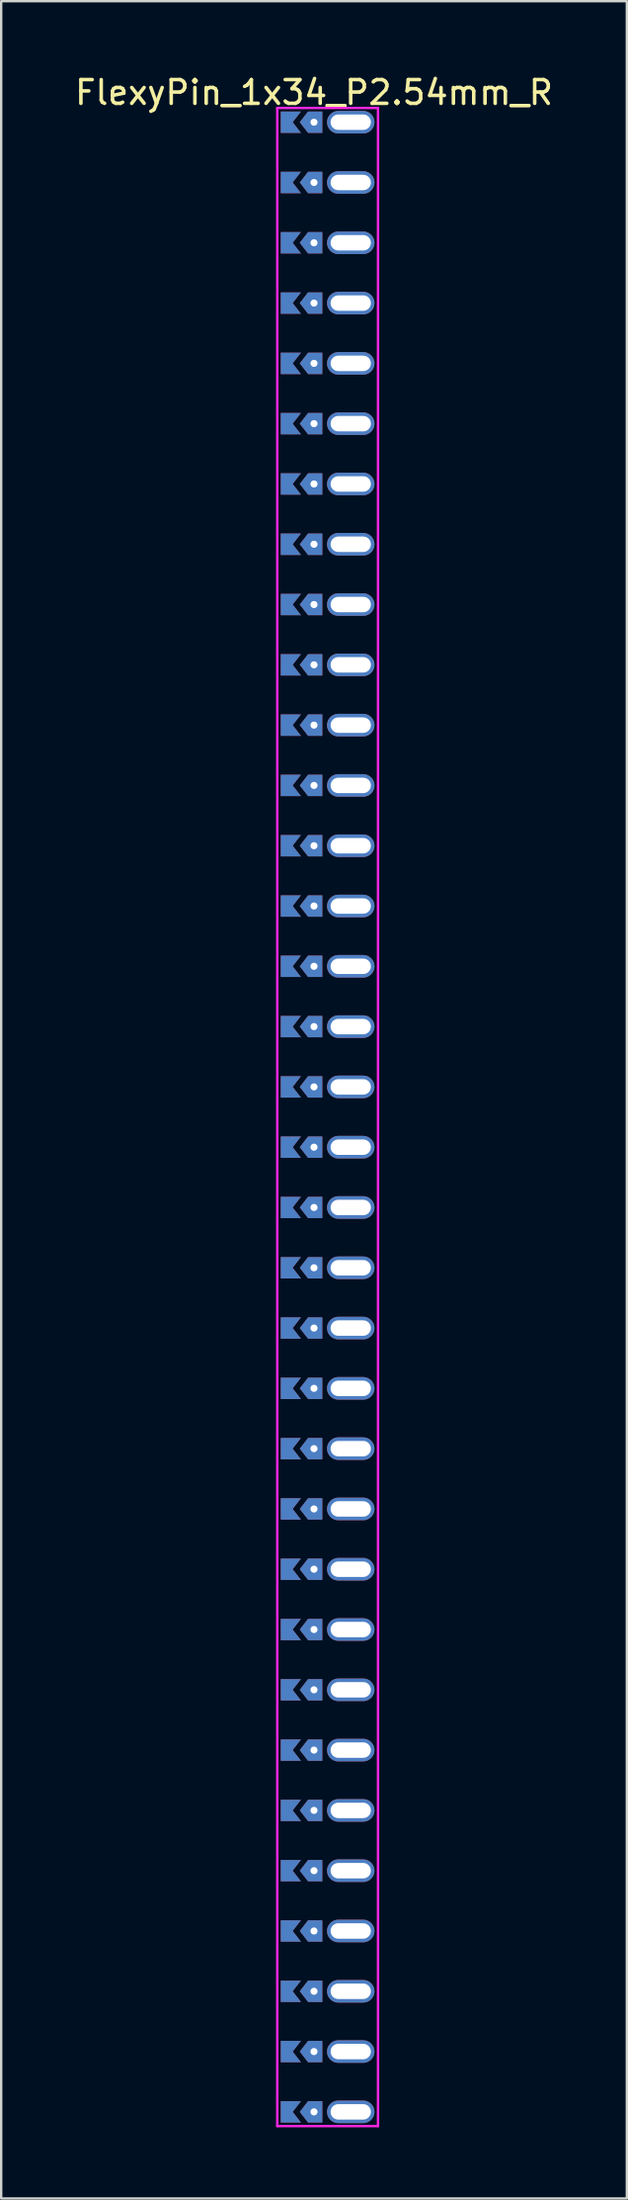
<source format=kicad_pcb>
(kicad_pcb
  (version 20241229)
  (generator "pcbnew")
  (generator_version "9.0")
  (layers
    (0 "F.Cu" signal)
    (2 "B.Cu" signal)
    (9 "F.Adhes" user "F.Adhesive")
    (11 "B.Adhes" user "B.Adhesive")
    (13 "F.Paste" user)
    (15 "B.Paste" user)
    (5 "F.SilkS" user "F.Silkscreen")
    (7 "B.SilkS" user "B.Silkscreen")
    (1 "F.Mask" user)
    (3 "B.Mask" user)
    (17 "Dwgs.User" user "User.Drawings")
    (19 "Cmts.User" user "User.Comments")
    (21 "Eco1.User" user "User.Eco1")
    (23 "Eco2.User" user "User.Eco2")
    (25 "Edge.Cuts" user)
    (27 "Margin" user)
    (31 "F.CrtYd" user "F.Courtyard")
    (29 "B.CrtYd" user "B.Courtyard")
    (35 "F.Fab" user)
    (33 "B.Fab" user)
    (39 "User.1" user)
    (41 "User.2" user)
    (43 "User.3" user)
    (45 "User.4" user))
  (footprint "FlexyPin_1x34_P2.54mm_R"
    (layer "F.Cu")
    (at 10.196 2.098)
    (property "Reference" "FlexyPin_1x34_P2.54mm_R" (at 0 -1.25 0) (layer "F.SilkS") (effects (font (size 1 1) (thickness 0.15))))
    (attr through_hole)
    (fp_line (start -1.55 -0.6) (end 2.7 -0.6) (stroke (width 0.1) (type solid)) (layer "F.CrtYd"))
    (fp_line (start -1.55 84.42) (end -1.55 -0.6) (stroke (width 0.1) (type solid)) (layer "F.CrtYd"))
    (fp_line (start 2.7 -0.6) (end 2.7 84.42) (stroke (width 0.1) (type solid)) (layer "F.CrtYd"))
    (fp_line (start 2.7 84.42) (end -1.55 84.42) (stroke (width 0.1) (type solid)) (layer "F.CrtYd"))
    (pad "" thru_hole custom (at 0 0) (size 0.3 0.3) (drill 0.6) (layers "*.Cu" "*.Mask") (options (anchor rect)) (primitives (gr_poly (pts (xy 0.35 0.45) (xy 0.35 -0.45) (xy -0.25 -0.45) (xy -0.6 0) (xy -0.25 0.45)) (width 0) (fill yes))))
    (pad "" thru_hole custom (at 0 2.54) (size 0.3 0.3) (drill 0.6) (layers "*.Cu" "*.Mask") (options (anchor rect)) (primitives (gr_poly (pts (xy 0.35 0.45) (xy 0.35 -0.45) (xy -0.25 -0.45) (xy -0.6 0) (xy -0.25 0.45)) (width 0) (fill yes))))
    (pad "" thru_hole custom (at 0 5.08) (size 0.3 0.3) (drill 0.6) (layers "*.Cu" "*.Mask") (options (anchor rect)) (primitives (gr_poly (pts (xy 0.35 0.45) (xy 0.35 -0.45) (xy -0.25 -0.45) (xy -0.6 0) (xy -0.25 0.45)) (width 0) (fill yes))))
    (pad "" thru_hole custom (at 0 7.62) (size 0.3 0.3) (drill 0.6) (layers "*.Cu" "*.Mask") (options (anchor rect)) (primitives (gr_poly (pts (xy 0.35 0.45) (xy 0.35 -0.45) (xy -0.25 -0.45) (xy -0.6 0) (xy -0.25 0.45)) (width 0) (fill yes))))
    (pad "" thru_hole custom (at 0 10.16) (size 0.3 0.3) (drill 0.6) (layers "*.Cu" "*.Mask") (options (anchor rect)) (primitives (gr_poly (pts (xy 0.35 0.45) (xy 0.35 -0.45) (xy -0.25 -0.45) (xy -0.6 0) (xy -0.25 0.45)) (width 0) (fill yes))))
    (pad "" thru_hole custom (at 0 12.7) (size 0.3 0.3) (drill 0.6) (layers "*.Cu" "*.Mask") (options (anchor rect)) (primitives (gr_poly (pts (xy 0.35 0.45) (xy 0.35 -0.45) (xy -0.25 -0.45) (xy -0.6 0) (xy -0.25 0.45)) (width 0) (fill yes))))
    (pad "" thru_hole custom (at 0 15.24) (size 0.3 0.3) (drill 0.6) (layers "*.Cu" "*.Mask") (options (anchor rect)) (primitives (gr_poly (pts (xy 0.35 0.45) (xy 0.35 -0.45) (xy -0.25 -0.45) (xy -0.6 0) (xy -0.25 0.45)) (width 0) (fill yes))))
    (pad "" thru_hole custom (at 0 17.78) (size 0.3 0.3) (drill 0.6) (layers "*.Cu" "*.Mask") (options (anchor rect)) (primitives (gr_poly (pts (xy 0.35 0.45) (xy 0.35 -0.45) (xy -0.25 -0.45) (xy -0.6 0) (xy -0.25 0.45)) (width 0) (fill yes))))
    (pad "" thru_hole custom (at 0 20.32) (size 0.3 0.3) (drill 0.6) (layers "*.Cu" "*.Mask") (options (anchor rect)) (primitives (gr_poly (pts (xy 0.35 0.45) (xy 0.35 -0.45) (xy -0.25 -0.45) (xy -0.6 0) (xy -0.25 0.45)) (width 0) (fill yes))))
    (pad "" thru_hole custom (at 0 22.86) (size 0.3 0.3) (drill 0.6) (layers "*.Cu" "*.Mask") (options (anchor rect)) (primitives (gr_poly (pts (xy 0.35 0.45) (xy 0.35 -0.45) (xy -0.25 -0.45) (xy -0.6 0) (xy -0.25 0.45)) (width 0) (fill yes))))
    (pad "" thru_hole custom (at 0 25.4) (size 0.3 0.3) (drill 0.6) (layers "*.Cu" "*.Mask") (options (anchor rect)) (primitives (gr_poly (pts (xy 0.35 0.45) (xy 0.35 -0.45) (xy -0.25 -0.45) (xy -0.6 0) (xy -0.25 0.45)) (width 0) (fill yes))))
    (pad "" thru_hole custom (at 0 27.94) (size 0.3 0.3) (drill 0.6) (layers "*.Cu" "*.Mask") (options (anchor rect)) (primitives (gr_poly (pts (xy 0.35 0.45) (xy 0.35 -0.45) (xy -0.25 -0.45) (xy -0.6 0) (xy -0.25 0.45)) (width 0) (fill yes))))
    (pad "" thru_hole custom (at 0 30.48) (size 0.3 0.3) (drill 0.6) (layers "*.Cu" "*.Mask") (options (anchor rect)) (primitives (gr_poly (pts (xy 0.35 0.45) (xy 0.35 -0.45) (xy -0.25 -0.45) (xy -0.6 0) (xy -0.25 0.45)) (width 0) (fill yes))))
    (pad "" thru_hole custom (at 0 33.02) (size 0.3 0.3) (drill 0.6) (layers "*.Cu" "*.Mask") (options (anchor rect)) (primitives (gr_poly (pts (xy 0.35 0.45) (xy 0.35 -0.45) (xy -0.25 -0.45) (xy -0.6 0) (xy -0.25 0.45)) (width 0) (fill yes))))
    (pad "" thru_hole custom (at 0 35.56) (size 0.3 0.3) (drill 0.6) (layers "*.Cu" "*.Mask") (options (anchor rect)) (primitives (gr_poly (pts (xy 0.35 0.45) (xy 0.35 -0.45) (xy -0.25 -0.45) (xy -0.6 0) (xy -0.25 0.45)) (width 0) (fill yes))))
    (pad "" thru_hole custom (at 0 38.1) (size 0.3 0.3) (drill 0.6) (layers "*.Cu" "*.Mask") (options (anchor rect)) (primitives (gr_poly (pts (xy 0.35 0.45) (xy 0.35 -0.45) (xy -0.25 -0.45) (xy -0.6 0) (xy -0.25 0.45)) (width 0) (fill yes))))
    (pad "" thru_hole custom (at 0 40.64) (size 0.3 0.3) (drill 0.6) (layers "*.Cu" "*.Mask") (options (anchor rect)) (primitives (gr_poly (pts (xy 0.35 0.45) (xy 0.35 -0.45) (xy -0.25 -0.45) (xy -0.6 0) (xy -0.25 0.45)) (width 0) (fill yes))))
    (pad "" thru_hole custom (at 0 43.18) (size 0.3 0.3) (drill 0.6) (layers "*.Cu" "*.Mask") (options (anchor rect)) (primitives (gr_poly (pts (xy 0.35 0.45) (xy 0.35 -0.45) (xy -0.25 -0.45) (xy -0.6 0) (xy -0.25 0.45)) (width 0) (fill yes))))
    (pad "" thru_hole custom (at 0 45.72) (size 0.3 0.3) (drill 0.6) (layers "*.Cu" "*.Mask") (options (anchor rect)) (primitives (gr_poly (pts (xy 0.35 0.45) (xy 0.35 -0.45) (xy -0.25 -0.45) (xy -0.6 0) (xy -0.25 0.45)) (width 0) (fill yes))))
    (pad "" thru_hole custom (at 0 48.26) (size 0.3 0.3) (drill 0.6) (layers "*.Cu" "*.Mask") (options (anchor rect)) (primitives (gr_poly (pts (xy 0.35 0.45) (xy 0.35 -0.45) (xy -0.25 -0.45) (xy -0.6 0) (xy -0.25 0.45)) (width 0) (fill yes))))
    (pad "" thru_hole custom (at 0 50.8) (size 0.3 0.3) (drill 0.6) (layers "*.Cu" "*.Mask") (options (anchor rect)) (primitives (gr_poly (pts (xy 0.35 0.45) (xy 0.35 -0.45) (xy -0.25 -0.45) (xy -0.6 0) (xy -0.25 0.45)) (width 0) (fill yes))))
    (pad "" thru_hole custom (at 0 53.34) (size 0.3 0.3) (drill 0.6) (layers "*.Cu" "*.Mask") (options (anchor rect)) (primitives (gr_poly (pts (xy 0.35 0.45) (xy 0.35 -0.45) (xy -0.25 -0.45) (xy -0.6 0) (xy -0.25 0.45)) (width 0) (fill yes))))
    (pad "" thru_hole custom (at 0 55.88) (size 0.3 0.3) (drill 0.6) (layers "*.Cu" "*.Mask") (options (anchor rect)) (primitives (gr_poly (pts (xy 0.35 0.45) (xy 0.35 -0.45) (xy -0.25 -0.45) (xy -0.6 0) (xy -0.25 0.45)) (width 0) (fill yes))))
    (pad "" thru_hole custom (at 0 58.42) (size 0.3 0.3) (drill 0.6) (layers "*.Cu" "*.Mask") (options (anchor rect)) (primitives (gr_poly (pts (xy 0.35 0.45) (xy 0.35 -0.45) (xy -0.25 -0.45) (xy -0.6 0) (xy -0.25 0.45)) (width 0) (fill yes))))
    (pad "" thru_hole custom (at 0 60.96) (size 0.3 0.3) (drill 0.6) (layers "*.Cu" "*.Mask") (options (anchor rect)) (primitives (gr_poly (pts (xy 0.35 0.45) (xy 0.35 -0.45) (xy -0.25 -0.45) (xy -0.6 0) (xy -0.25 0.45)) (width 0) (fill yes))))
    (pad "" thru_hole custom (at 0 63.5) (size 0.3 0.3) (drill 0.6) (layers "*.Cu" "*.Mask") (options (anchor rect)) (primitives (gr_poly (pts (xy 0.35 0.45) (xy 0.35 -0.45) (xy -0.25 -0.45) (xy -0.6 0) (xy -0.25 0.45)) (width 0) (fill yes))))
    (pad "" thru_hole custom (at 0 66.04) (size 0.3 0.3) (drill 0.6) (layers "*.Cu" "*.Mask") (options (anchor rect)) (primitives (gr_poly (pts (xy 0.35 0.45) (xy 0.35 -0.45) (xy -0.25 -0.45) (xy -0.6 0) (xy -0.25 0.45)) (width 0) (fill yes))))
    (pad "" thru_hole custom (at 0 68.58) (size 0.3 0.3) (drill 0.6) (layers "*.Cu" "*.Mask") (options (anchor rect)) (primitives (gr_poly (pts (xy 0.35 0.45) (xy 0.35 -0.45) (xy -0.25 -0.45) (xy -0.6 0) (xy -0.25 0.45)) (width 0) (fill yes))))
    (pad "" thru_hole custom (at 0 71.12) (size 0.3 0.3) (drill 0.6) (layers "*.Cu" "*.Mask") (options (anchor rect)) (primitives (gr_poly (pts (xy 0.35 0.45) (xy 0.35 -0.45) (xy -0.25 -0.45) (xy -0.6 0) (xy -0.25 0.45)) (width 0) (fill yes))))
    (pad "" thru_hole custom (at 0 73.66) (size 0.3 0.3) (drill 0.6) (layers "*.Cu" "*.Mask") (options (anchor rect)) (primitives (gr_poly (pts (xy 0.35 0.45) (xy 0.35 -0.45) (xy -0.25 -0.45) (xy -0.6 0) (xy -0.25 0.45)) (width 0) (fill yes))))
    (pad "" thru_hole custom (at 0 76.2) (size 0.3 0.3) (drill 0.6) (layers "*.Cu" "*.Mask") (options (anchor rect)) (primitives (gr_poly (pts (xy 0.35 0.45) (xy 0.35 -0.45) (xy -0.25 -0.45) (xy -0.6 0) (xy -0.25 0.45)) (width 0) (fill yes))))
    (pad "" thru_hole custom (at 0 78.74) (size 0.3 0.3) (drill 0.6) (layers "*.Cu" "*.Mask") (options (anchor rect)) (primitives (gr_poly (pts (xy 0.35 0.45) (xy 0.35 -0.45) (xy -0.25 -0.45) (xy -0.6 0) (xy -0.25 0.45)) (width 0) (fill yes))))
    (pad "" thru_hole custom (at 0 81.28) (size 0.3 0.3) (drill 0.6) (layers "*.Cu" "*.Mask") (options (anchor rect)) (primitives (gr_poly (pts (xy 0.35 0.45) (xy 0.35 -0.45) (xy -0.25 -0.45) (xy -0.6 0) (xy -0.25 0.45)) (width 0) (fill yes))))
    (pad "" thru_hole custom (at 0 83.82) (size 0.3 0.3) (drill 0.6) (layers "*.Cu" "*.Mask") (options (anchor rect)) (primitives (gr_poly (pts (xy 0.35 0.45) (xy 0.35 -0.45) (xy -0.25 -0.45) (xy -0.6 0) (xy -0.25 0.45)) (width 0) (fill yes))))
    (pad "" thru_hole oval (at 1.55 0) (size 2 0.95) (drill oval 1.7 0.65) (layers "*.Cu" "*.Mask"))
    (pad "" thru_hole oval (at 1.55 2.54) (size 2 0.95) (drill oval 1.7 0.65) (layers "*.Cu" "*.Mask"))
    (pad "" thru_hole oval (at 1.55 5.08) (size 2 0.95) (drill oval 1.7 0.65) (layers "*.Cu" "*.Mask"))
    (pad "" thru_hole oval (at 1.55 7.62) (size 2 0.95) (drill oval 1.7 0.65) (layers "*.Cu" "*.Mask"))
    (pad "" thru_hole oval (at 1.55 10.16) (size 2 0.95) (drill oval 1.7 0.65) (layers "*.Cu" "*.Mask"))
    (pad "" thru_hole oval (at 1.55 12.7) (size 2 0.95) (drill oval 1.7 0.65) (layers "*.Cu" "*.Mask"))
    (pad "" thru_hole oval (at 1.55 15.24) (size 2 0.95) (drill oval 1.7 0.65) (layers "*.Cu" "*.Mask"))
    (pad "" thru_hole oval (at 1.55 17.78) (size 2 0.95) (drill oval 1.7 0.65) (layers "*.Cu" "*.Mask"))
    (pad "" thru_hole oval (at 1.55 20.32) (size 2 0.95) (drill oval 1.7 0.65) (layers "*.Cu" "*.Mask"))
    (pad "" thru_hole oval (at 1.55 22.86) (size 2 0.95) (drill oval 1.7 0.65) (layers "*.Cu" "*.Mask"))
    (pad "" thru_hole oval (at 1.55 25.4) (size 2 0.95) (drill oval 1.7 0.65) (layers "*.Cu" "*.Mask"))
    (pad "" thru_hole oval (at 1.55 27.94) (size 2 0.95) (drill oval 1.7 0.65) (layers "*.Cu" "*.Mask"))
    (pad "" thru_hole oval (at 1.55 30.48) (size 2 0.95) (drill oval 1.7 0.65) (layers "*.Cu" "*.Mask"))
    (pad "" thru_hole oval (at 1.55 33.02) (size 2 0.95) (drill oval 1.7 0.65) (layers "*.Cu" "*.Mask"))
    (pad "" thru_hole oval (at 1.55 35.56) (size 2 0.95) (drill oval 1.7 0.65) (layers "*.Cu" "*.Mask"))
    (pad "" thru_hole oval (at 1.55 38.1) (size 2 0.95) (drill oval 1.7 0.65) (layers "*.Cu" "*.Mask"))
    (pad "" thru_hole oval (at 1.55 40.64) (size 2 0.95) (drill oval 1.7 0.65) (layers "*.Cu" "*.Mask"))
    (pad "" thru_hole oval (at 1.55 43.18) (size 2 0.95) (drill oval 1.7 0.65) (layers "*.Cu" "*.Mask"))
    (pad "" thru_hole oval (at 1.55 45.72) (size 2 0.95) (drill oval 1.7 0.65) (layers "*.Cu" "*.Mask"))
    (pad "" thru_hole oval (at 1.55 48.26) (size 2 0.95) (drill oval 1.7 0.65) (layers "*.Cu" "*.Mask"))
    (pad "" thru_hole oval (at 1.55 50.8) (size 2 0.95) (drill oval 1.7 0.65) (layers "*.Cu" "*.Mask"))
    (pad "" thru_hole oval (at 1.55 53.34) (size 2 0.95) (drill oval 1.7 0.65) (layers "*.Cu" "*.Mask"))
    (pad "" thru_hole oval (at 1.55 55.88) (size 2 0.95) (drill oval 1.7 0.65) (layers "*.Cu" "*.Mask"))
    (pad "" thru_hole oval (at 1.55 58.42) (size 2 0.95) (drill oval 1.7 0.65) (layers "*.Cu" "*.Mask"))
    (pad "" thru_hole oval (at 1.55 60.96) (size 2 0.95) (drill oval 1.7 0.65) (layers "*.Cu" "*.Mask"))
    (pad "" thru_hole oval (at 1.55 63.5) (size 2 0.95) (drill oval 1.7 0.65) (layers "*.Cu" "*.Mask"))
    (pad "" thru_hole oval (at 1.55 66.04) (size 2 0.95) (drill oval 1.7 0.65) (layers "*.Cu" "*.Mask"))
    (pad "" thru_hole oval (at 1.55 68.58) (size 2 0.95) (drill oval 1.7 0.65) (layers "*.Cu" "*.Mask"))
    (pad "" thru_hole oval (at 1.55 71.12) (size 2 0.95) (drill oval 1.7 0.65) (layers "*.Cu" "*.Mask"))
    (pad "" thru_hole oval (at 1.55 73.66) (size 2 0.95) (drill oval 1.7 0.65) (layers "*.Cu" "*.Mask"))
    (pad "" thru_hole oval (at 1.55 76.2) (size 2 0.95) (drill oval 1.7 0.65) (layers "*.Cu" "*.Mask"))
    (pad "" thru_hole oval (at 1.55 78.74) (size 2 0.95) (drill oval 1.7 0.65) (layers "*.Cu" "*.Mask"))
    (pad "" thru_hole oval (at 1.55 81.28) (size 2 0.95) (drill oval 1.7 0.65) (layers "*.Cu" "*.Mask"))
    (pad "" thru_hole oval (at 1.55 83.82) (size 2 0.95) (drill oval 1.7 0.65) (layers "*.Cu" "*.Mask"))
    (pad "1" smd custom (at -0.9 0) (size 0.01 0.01) (layers "F.Cu" "F.Mask") (options (anchor rect)) (primitives (gr_poly (pts (xy 0 0) (xy 0.35 0.45) (xy -0.5 0.45) (xy -0.5 -0.45) (xy 0.35 -0.45)) (width 0) (fill yes))))
    (pad "2" smd custom (at -0.9 2.54) (size 0.01 0.01) (layers "F.Cu" "F.Mask") (options (anchor rect)) (primitives (gr_poly (pts (xy 0 0) (xy 0.35 0.45) (xy -0.5 0.45) (xy -0.5 -0.45) (xy 0.35 -0.45)) (width 0) (fill yes))))
    (pad "3" smd custom (at -0.9 5.08) (size 0.01 0.01) (layers "F.Cu" "F.Mask") (options (anchor rect)) (primitives (gr_poly (pts (xy 0 0) (xy 0.35 0.45) (xy -0.5 0.45) (xy -0.5 -0.45) (xy 0.35 -0.45)) (width 0) (fill yes))))
    (pad "4" smd custom (at -0.9 7.62) (size 0.01 0.01) (layers "F.Cu" "F.Mask") (options (anchor rect)) (primitives (gr_poly (pts (xy 0 0) (xy 0.35 0.45) (xy -0.5 0.45) (xy -0.5 -0.45) (xy 0.35 -0.45)) (width 0) (fill yes))))
    (pad "5" smd custom (at -0.9 10.16) (size 0.01 0.01) (layers "F.Cu" "F.Mask") (options (anchor rect)) (primitives (gr_poly (pts (xy 0 0) (xy 0.35 0.45) (xy -0.5 0.45) (xy -0.5 -0.45) (xy 0.35 -0.45)) (width 0) (fill yes))))
    (pad "6" smd custom (at -0.9 12.7) (size 0.01 0.01) (layers "F.Cu" "F.Mask") (options (anchor rect)) (primitives (gr_poly (pts (xy 0 0) (xy 0.35 0.45) (xy -0.5 0.45) (xy -0.5 -0.45) (xy 0.35 -0.45)) (width 0) (fill yes))))
    (pad "7" smd custom (at -0.9 15.24) (size 0.01 0.01) (layers "F.Cu" "F.Mask") (options (anchor rect)) (primitives (gr_poly (pts (xy 0 0) (xy 0.35 0.45) (xy -0.5 0.45) (xy -0.5 -0.45) (xy 0.35 -0.45)) (width 0) (fill yes))))
    (pad "8" smd custom (at -0.9 17.78) (size 0.01 0.01) (layers "F.Cu" "F.Mask") (options (anchor rect)) (primitives (gr_poly (pts (xy 0 0) (xy 0.35 0.45) (xy -0.5 0.45) (xy -0.5 -0.45) (xy 0.35 -0.45)) (width 0) (fill yes))))
    (pad "9" smd custom (at -0.9 20.32) (size 0.01 0.01) (layers "F.Cu" "F.Mask") (options (anchor rect)) (primitives (gr_poly (pts (xy 0 0) (xy 0.35 0.45) (xy -0.5 0.45) (xy -0.5 -0.45) (xy 0.35 -0.45)) (width 0) (fill yes))))
    (pad "10" smd custom (at -0.9 22.86) (size 0.01 0.01) (layers "F.Cu" "F.Mask") (options (anchor rect)) (primitives (gr_poly (pts (xy 0 0) (xy 0.35 0.45) (xy -0.5 0.45) (xy -0.5 -0.45) (xy 0.35 -0.45)) (width 0) (fill yes))))
    (pad "11" smd custom (at -0.9 25.4) (size 0.01 0.01) (layers "F.Cu" "F.Mask") (options (anchor rect)) (primitives (gr_poly (pts (xy 0 0) (xy 0.35 0.45) (xy -0.5 0.45) (xy -0.5 -0.45) (xy 0.35 -0.45)) (width 0) (fill yes))))
    (pad "12" smd custom (at -0.9 27.94) (size 0.01 0.01) (layers "F.Cu" "F.Mask") (options (anchor rect)) (primitives (gr_poly (pts (xy 0 0) (xy 0.35 0.45) (xy -0.5 0.45) (xy -0.5 -0.45) (xy 0.35 -0.45)) (width 0) (fill yes))))
    (pad "13" smd custom (at -0.9 30.48) (size 0.01 0.01) (layers "F.Cu" "F.Mask") (options (anchor rect)) (primitives (gr_poly (pts (xy 0 0) (xy 0.35 0.45) (xy -0.5 0.45) (xy -0.5 -0.45) (xy 0.35 -0.45)) (width 0) (fill yes))))
    (pad "14" smd custom (at -0.9 33.02) (size 0.01 0.01) (layers "F.Cu" "F.Mask") (options (anchor rect)) (primitives (gr_poly (pts (xy 0 0) (xy 0.35 0.45) (xy -0.5 0.45) (xy -0.5 -0.45) (xy 0.35 -0.45)) (width 0) (fill yes))))
    (pad "15" smd custom (at -0.9 35.56) (size 0.01 0.01) (layers "F.Cu" "F.Mask") (options (anchor rect)) (primitives (gr_poly (pts (xy 0 0) (xy 0.35 0.45) (xy -0.5 0.45) (xy -0.5 -0.45) (xy 0.35 -0.45)) (width 0) (fill yes))))
    (pad "16" smd custom (at -0.9 38.1) (size 0.01 0.01) (layers "F.Cu" "F.Mask") (options (anchor rect)) (primitives (gr_poly (pts (xy 0 0) (xy 0.35 0.45) (xy -0.5 0.45) (xy -0.5 -0.45) (xy 0.35 -0.45)) (width 0) (fill yes))))
    (pad "17" smd custom (at -0.9 40.64) (size 0.01 0.01) (layers "F.Cu" "F.Mask") (options (anchor rect)) (primitives (gr_poly (pts (xy 0 0) (xy 0.35 0.45) (xy -0.5 0.45) (xy -0.5 -0.45) (xy 0.35 -0.45)) (width 0) (fill yes))))
    (pad "18" smd custom (at -0.9 43.18) (size 0.01 0.01) (layers "F.Cu" "F.Mask") (options (anchor rect)) (primitives (gr_poly (pts (xy 0 0) (xy 0.35 0.45) (xy -0.5 0.45) (xy -0.5 -0.45) (xy 0.35 -0.45)) (width 0) (fill yes))))
    (pad "19" smd custom (at -0.9 45.72) (size 0.01 0.01) (layers "F.Cu" "F.Mask") (options (anchor rect)) (primitives (gr_poly (pts (xy 0 0) (xy 0.35 0.45) (xy -0.5 0.45) (xy -0.5 -0.45) (xy 0.35 -0.45)) (width 0) (fill yes))))
    (pad "20" smd custom (at -0.9 48.26) (size 0.01 0.01) (layers "F.Cu" "F.Mask") (options (anchor rect)) (primitives (gr_poly (pts (xy 0 0) (xy 0.35 0.45) (xy -0.5 0.45) (xy -0.5 -0.45) (xy 0.35 -0.45)) (width 0) (fill yes))))
    (pad "21" smd custom (at -0.9 50.8) (size 0.01 0.01) (layers "F.Cu" "F.Mask") (options (anchor rect)) (primitives (gr_poly (pts (xy 0 0) (xy 0.35 0.45) (xy -0.5 0.45) (xy -0.5 -0.45) (xy 0.35 -0.45)) (width 0) (fill yes))))
    (pad "22" smd custom (at -0.9 53.34) (size 0.01 0.01) (layers "F.Cu" "F.Mask") (options (anchor rect)) (primitives (gr_poly (pts (xy 0 0) (xy 0.35 0.45) (xy -0.5 0.45) (xy -0.5 -0.45) (xy 0.35 -0.45)) (width 0) (fill yes))))
    (pad "23" smd custom (at -0.9 55.88) (size 0.01 0.01) (layers "F.Cu" "F.Mask") (options (anchor rect)) (primitives (gr_poly (pts (xy 0 0) (xy 0.35 0.45) (xy -0.5 0.45) (xy -0.5 -0.45) (xy 0.35 -0.45)) (width 0) (fill yes))))
    (pad "24" smd custom (at -0.9 58.42) (size 0.01 0.01) (layers "F.Cu" "F.Mask") (options (anchor rect)) (primitives (gr_poly (pts (xy 0 0) (xy 0.35 0.45) (xy -0.5 0.45) (xy -0.5 -0.45) (xy 0.35 -0.45)) (width 0) (fill yes))))
    (pad "25" smd custom (at -0.9 60.96) (size 0.01 0.01) (layers "F.Cu" "F.Mask") (options (anchor rect)) (primitives (gr_poly (pts (xy 0 0) (xy 0.35 0.45) (xy -0.5 0.45) (xy -0.5 -0.45) (xy 0.35 -0.45)) (width 0) (fill yes))))
    (pad "26" smd custom (at -0.9 63.5) (size 0.01 0.01) (layers "F.Cu" "F.Mask") (options (anchor rect)) (primitives (gr_poly (pts (xy 0 0) (xy 0.35 0.45) (xy -0.5 0.45) (xy -0.5 -0.45) (xy 0.35 -0.45)) (width 0) (fill yes))))
    (pad "27" smd custom (at -0.9 66.04) (size 0.01 0.01) (layers "F.Cu" "F.Mask") (options (anchor rect)) (primitives (gr_poly (pts (xy 0 0) (xy 0.35 0.45) (xy -0.5 0.45) (xy -0.5 -0.45) (xy 0.35 -0.45)) (width 0) (fill yes))))
    (pad "28" smd custom (at -0.9 68.58) (size 0.01 0.01) (layers "F.Cu" "F.Mask") (options (anchor rect)) (primitives (gr_poly (pts (xy 0 0) (xy 0.35 0.45) (xy -0.5 0.45) (xy -0.5 -0.45) (xy 0.35 -0.45)) (width 0) (fill yes))))
    (pad "29" smd custom (at -0.9 71.12) (size 0.01 0.01) (layers "F.Cu" "F.Mask") (options (anchor rect)) (primitives (gr_poly (pts (xy 0 0) (xy 0.35 0.45) (xy -0.5 0.45) (xy -0.5 -0.45) (xy 0.35 -0.45)) (width 0) (fill yes))))
    (pad "30" smd custom (at -0.9 73.66) (size 0.01 0.01) (layers "F.Cu" "F.Mask") (options (anchor rect)) (primitives (gr_poly (pts (xy 0 0) (xy 0.35 0.45) (xy -0.5 0.45) (xy -0.5 -0.45) (xy 0.35 -0.45)) (width 0) (fill yes))))
    (pad "31" smd custom (at -0.9 76.2) (size 0.01 0.01) (layers "F.Cu" "F.Mask") (options (anchor rect)) (primitives (gr_poly (pts (xy 0 0) (xy 0.35 0.45) (xy -0.5 0.45) (xy -0.5 -0.45) (xy 0.35 -0.45)) (width 0) (fill yes))))
    (pad "32" smd custom (at -0.9 78.74) (size 0.01 0.01) (layers "F.Cu" "F.Mask") (options (anchor rect)) (primitives (gr_poly (pts (xy 0 0) (xy 0.35 0.45) (xy -0.5 0.45) (xy -0.5 -0.45) (xy 0.35 -0.45)) (width 0) (fill yes))))
    (pad "33" smd custom (at -0.9 81.28) (size 0.01 0.01) (layers "F.Cu" "F.Mask") (options (anchor rect)) (primitives (gr_poly (pts (xy 0 0) (xy 0.35 0.45) (xy -0.5 0.45) (xy -0.5 -0.45) (xy 0.35 -0.45)) (width 0) (fill yes))))
    (pad "34" smd custom (at -0.9 83.82) (size 0.01 0.01) (layers "F.Cu" "F.Mask") (options (anchor rect)) (primitives (gr_poly (pts (xy 0 0) (xy 0.35 0.45) (xy -0.5 0.45) (xy -0.5 -0.45) (xy 0.35 -0.45)) (width 0) (fill yes))))
    (pad "35" smd custom (at -0.9 0) (size 0.01 0.01) (layers "B.Cu" "B.Mask") (options (anchor rect)) (primitives (gr_poly (pts (xy 0 0) (xy 0.35 0.45) (xy -0.5 0.45) (xy -0.5 -0.45) (xy 0.35 -0.45)) (width 0) (fill yes))))
    (pad "36" smd custom (at -0.9 2.54) (size 0.01 0.01) (layers "B.Cu" "B.Mask") (options (anchor rect)) (primitives (gr_poly (pts (xy 0 0) (xy 0.35 0.45) (xy -0.5 0.45) (xy -0.5 -0.45) (xy 0.35 -0.45)) (width 0) (fill yes))))
    (pad "37" smd custom (at -0.9 5.08) (size 0.01 0.01) (layers "B.Cu" "B.Mask") (options (anchor rect)) (primitives (gr_poly (pts (xy 0 0) (xy 0.35 0.45) (xy -0.5 0.45) (xy -0.5 -0.45) (xy 0.35 -0.45)) (width 0) (fill yes))))
    (pad "38" smd custom (at -0.9 7.62) (size 0.01 0.01) (layers "B.Cu" "B.Mask") (options (anchor rect)) (primitives (gr_poly (pts (xy 0 0) (xy 0.35 0.45) (xy -0.5 0.45) (xy -0.5 -0.45) (xy 0.35 -0.45)) (width 0) (fill yes))))
    (pad "39" smd custom (at -0.9 10.16) (size 0.01 0.01) (layers "B.Cu" "B.Mask") (options (anchor rect)) (primitives (gr_poly (pts (xy 0 0) (xy 0.35 0.45) (xy -0.5 0.45) (xy -0.5 -0.45) (xy 0.35 -0.45)) (width 0) (fill yes))))
    (pad "40" smd custom (at -0.9 12.7) (size 0.01 0.01) (layers "B.Cu" "B.Mask") (options (anchor rect)) (primitives (gr_poly (pts (xy 0 0) (xy 0.35 0.45) (xy -0.5 0.45) (xy -0.5 -0.45) (xy 0.35 -0.45)) (width 0) (fill yes))))
    (pad "41" smd custom (at -0.9 15.24) (size 0.01 0.01) (layers "B.Cu" "B.Mask") (options (anchor rect)) (primitives (gr_poly (pts (xy 0 0) (xy 0.35 0.45) (xy -0.5 0.45) (xy -0.5 -0.45) (xy 0.35 -0.45)) (width 0) (fill yes))))
    (pad "42" smd custom (at -0.9 17.78) (size 0.01 0.01) (layers "B.Cu" "B.Mask") (options (anchor rect)) (primitives (gr_poly (pts (xy 0 0) (xy 0.35 0.45) (xy -0.5 0.45) (xy -0.5 -0.45) (xy 0.35 -0.45)) (width 0) (fill yes))))
    (pad "43" smd custom (at -0.9 20.32) (size 0.01 0.01) (layers "B.Cu" "B.Mask") (options (anchor rect)) (primitives (gr_poly (pts (xy 0 0) (xy 0.35 0.45) (xy -0.5 0.45) (xy -0.5 -0.45) (xy 0.35 -0.45)) (width 0) (fill yes))))
    (pad "44" smd custom (at -0.9 22.86) (size 0.01 0.01) (layers "B.Cu" "B.Mask") (options (anchor rect)) (primitives (gr_poly (pts (xy 0 0) (xy 0.35 0.45) (xy -0.5 0.45) (xy -0.5 -0.45) (xy 0.35 -0.45)) (width 0) (fill yes))))
    (pad "45" smd custom (at -0.9 25.4) (size 0.01 0.01) (layers "B.Cu" "B.Mask") (options (anchor rect)) (primitives (gr_poly (pts (xy 0 0) (xy 0.35 0.45) (xy -0.5 0.45) (xy -0.5 -0.45) (xy 0.35 -0.45)) (width 0) (fill yes))))
    (pad "46" smd custom (at -0.9 27.94) (size 0.01 0.01) (layers "B.Cu" "B.Mask") (options (anchor rect)) (primitives (gr_poly (pts (xy 0 0) (xy 0.35 0.45) (xy -0.5 0.45) (xy -0.5 -0.45) (xy 0.35 -0.45)) (width 0) (fill yes))))
    (pad "47" smd custom (at -0.9 30.48) (size 0.01 0.01) (layers "B.Cu" "B.Mask") (options (anchor rect)) (primitives (gr_poly (pts (xy 0 0) (xy 0.35 0.45) (xy -0.5 0.45) (xy -0.5 -0.45) (xy 0.35 -0.45)) (width 0) (fill yes))))
    (pad "48" smd custom (at -0.9 33.02) (size 0.01 0.01) (layers "B.Cu" "B.Mask") (options (anchor rect)) (primitives (gr_poly (pts (xy 0 0) (xy 0.35 0.45) (xy -0.5 0.45) (xy -0.5 -0.45) (xy 0.35 -0.45)) (width 0) (fill yes))))
    (pad "49" smd custom (at -0.9 35.56) (size 0.01 0.01) (layers "B.Cu" "B.Mask") (options (anchor rect)) (primitives (gr_poly (pts (xy 0 0) (xy 0.35 0.45) (xy -0.5 0.45) (xy -0.5 -0.45) (xy 0.35 -0.45)) (width 0) (fill yes))))
    (pad "50" smd custom (at -0.9 38.1) (size 0.01 0.01) (layers "B.Cu" "B.Mask") (options (anchor rect)) (primitives (gr_poly (pts (xy 0 0) (xy 0.35 0.45) (xy -0.5 0.45) (xy -0.5 -0.45) (xy 0.35 -0.45)) (width 0) (fill yes))))
    (pad "51" smd custom (at -0.9 40.64) (size 0.01 0.01) (layers "B.Cu" "B.Mask") (options (anchor rect)) (primitives (gr_poly (pts (xy 0 0) (xy 0.35 0.45) (xy -0.5 0.45) (xy -0.5 -0.45) (xy 0.35 -0.45)) (width 0) (fill yes))))
    (pad "52" smd custom (at -0.9 43.18) (size 0.01 0.01) (layers "B.Cu" "B.Mask") (options (anchor rect)) (primitives (gr_poly (pts (xy 0 0) (xy 0.35 0.45) (xy -0.5 0.45) (xy -0.5 -0.45) (xy 0.35 -0.45)) (width 0) (fill yes))))
    (pad "53" smd custom (at -0.9 45.72) (size 0.01 0.01) (layers "B.Cu" "B.Mask") (options (anchor rect)) (primitives (gr_poly (pts (xy 0 0) (xy 0.35 0.45) (xy -0.5 0.45) (xy -0.5 -0.45) (xy 0.35 -0.45)) (width 0) (fill yes))))
    (pad "54" smd custom (at -0.9 48.26) (size 0.01 0.01) (layers "B.Cu" "B.Mask") (options (anchor rect)) (primitives (gr_poly (pts (xy 0 0) (xy 0.35 0.45) (xy -0.5 0.45) (xy -0.5 -0.45) (xy 0.35 -0.45)) (width 0) (fill yes))))
    (pad "55" smd custom (at -0.9 50.8) (size 0.01 0.01) (layers "B.Cu" "B.Mask") (options (anchor rect)) (primitives (gr_poly (pts (xy 0 0) (xy 0.35 0.45) (xy -0.5 0.45) (xy -0.5 -0.45) (xy 0.35 -0.45)) (width 0) (fill yes))))
    (pad "56" smd custom (at -0.9 53.34) (size 0.01 0.01) (layers "B.Cu" "B.Mask") (options (anchor rect)) (primitives (gr_poly (pts (xy 0 0) (xy 0.35 0.45) (xy -0.5 0.45) (xy -0.5 -0.45) (xy 0.35 -0.45)) (width 0) (fill yes))))
    (pad "57" smd custom (at -0.9 55.88) (size 0.01 0.01) (layers "B.Cu" "B.Mask") (options (anchor rect)) (primitives (gr_poly (pts (xy 0 0) (xy 0.35 0.45) (xy -0.5 0.45) (xy -0.5 -0.45) (xy 0.35 -0.45)) (width 0) (fill yes))))
    (pad "58" smd custom (at -0.9 58.42) (size 0.01 0.01) (layers "B.Cu" "B.Mask") (options (anchor rect)) (primitives (gr_poly (pts (xy 0 0) (xy 0.35 0.45) (xy -0.5 0.45) (xy -0.5 -0.45) (xy 0.35 -0.45)) (width 0) (fill yes))))
    (pad "59" smd custom (at -0.9 60.96) (size 0.01 0.01) (layers "B.Cu" "B.Mask") (options (anchor rect)) (primitives (gr_poly (pts (xy 0 0) (xy 0.35 0.45) (xy -0.5 0.45) (xy -0.5 -0.45) (xy 0.35 -0.45)) (width 0) (fill yes))))
    (pad "60" smd custom (at -0.9 63.5) (size 0.01 0.01) (layers "B.Cu" "B.Mask") (options (anchor rect)) (primitives (gr_poly (pts (xy 0 0) (xy 0.35 0.45) (xy -0.5 0.45) (xy -0.5 -0.45) (xy 0.35 -0.45)) (width 0) (fill yes))))
    (pad "61" smd custom (at -0.9 66.04) (size 0.01 0.01) (layers "B.Cu" "B.Mask") (options (anchor rect)) (primitives (gr_poly (pts (xy 0 0) (xy 0.35 0.45) (xy -0.5 0.45) (xy -0.5 -0.45) (xy 0.35 -0.45)) (width 0) (fill yes))))
    (pad "62" smd custom (at -0.9 68.58) (size 0.01 0.01) (layers "B.Cu" "B.Mask") (options (anchor rect)) (primitives (gr_poly (pts (xy 0 0) (xy 0.35 0.45) (xy -0.5 0.45) (xy -0.5 -0.45) (xy 0.35 -0.45)) (width 0) (fill yes))))
    (pad "63" smd custom (at -0.9 71.12) (size 0.01 0.01) (layers "B.Cu" "B.Mask") (options (anchor rect)) (primitives (gr_poly (pts (xy 0 0) (xy 0.35 0.45) (xy -0.5 0.45) (xy -0.5 -0.45) (xy 0.35 -0.45)) (width 0) (fill yes))))
    (pad "64" smd custom (at -0.9 73.66) (size 0.01 0.01) (layers "B.Cu" "B.Mask") (options (anchor rect)) (primitives (gr_poly (pts (xy 0 0) (xy 0.35 0.45) (xy -0.5 0.45) (xy -0.5 -0.45) (xy 0.35 -0.45)) (width 0) (fill yes))))
    (pad "65" smd custom (at -0.9 76.2) (size 0.01 0.01) (layers "B.Cu" "B.Mask") (options (anchor rect)) (primitives (gr_poly (pts (xy 0 0) (xy 0.35 0.45) (xy -0.5 0.45) (xy -0.5 -0.45) (xy 0.35 -0.45)) (width 0) (fill yes))))
    (pad "66" smd custom (at -0.9 78.74) (size 0.01 0.01) (layers "B.Cu" "B.Mask") (options (anchor rect)) (primitives (gr_poly (pts (xy 0 0) (xy 0.35 0.45) (xy -0.5 0.45) (xy -0.5 -0.45) (xy 0.35 -0.45)) (width 0) (fill yes))))
    (pad "67" smd custom (at -0.9 81.28) (size 0.01 0.01) (layers "B.Cu" "B.Mask") (options (anchor rect)) (primitives (gr_poly (pts (xy 0 0) (xy 0.35 0.45) (xy -0.5 0.45) (xy -0.5 -0.45) (xy 0.35 -0.45)) (width 0) (fill yes))))
    (pad "68" smd custom (at -0.9 83.82) (size 0.01 0.01) (layers "B.Cu" "B.Mask") (options (anchor rect)) (primitives (gr_poly (pts (xy 0 0) (xy 0.35 0.45) (xy -0.5 0.45) (xy -0.5 -0.45) (xy 0.35 -0.45)) (width 0) (fill yes)))))
  (gr_rect
    (start -3 -3)
    (end 23.393 89.568)
    (stroke (width 0.1) (type default))
    (fill no)
    (layer "Edge.Cuts")))
</source>
